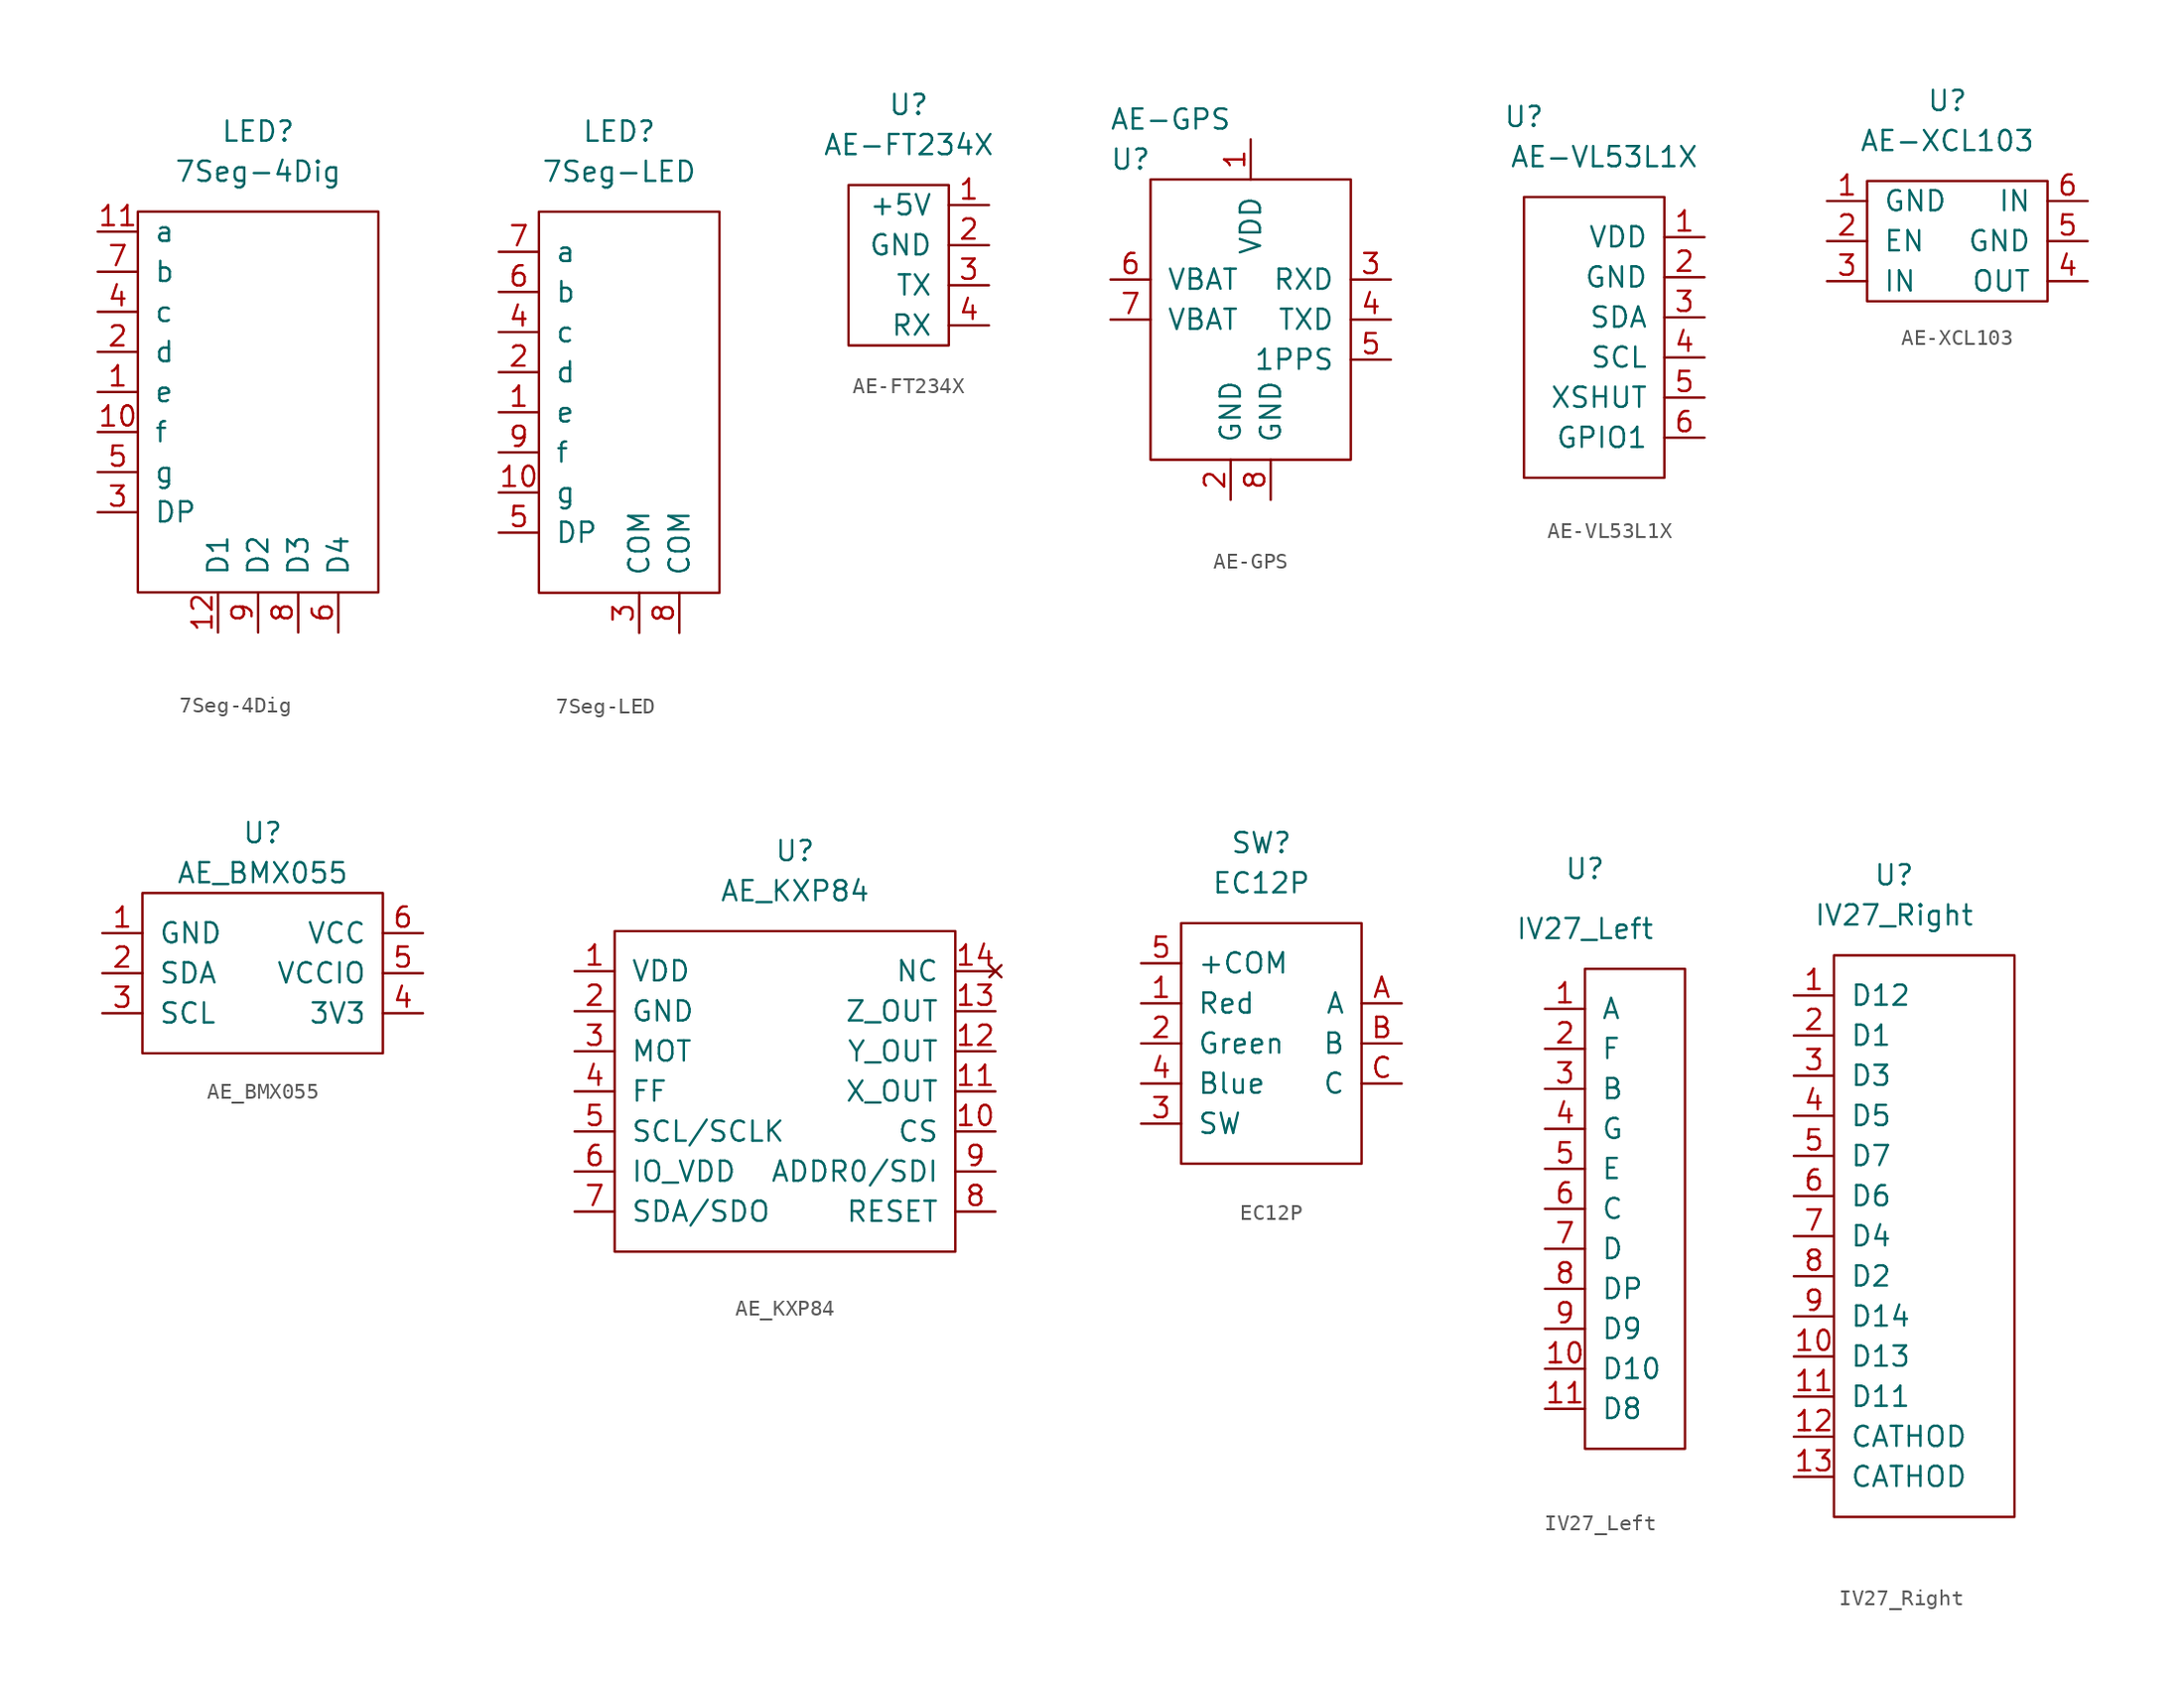
<source format=kicad_sym>
(kicad_symbol_lib
  (version 20211014)
  (generator kicad_symbol_editor)
  (symbol "7Seg-4Dig"
    (pin_names
      (offset 1.016))
    (property "Reference" "LED"
      (at 3.81 3.81 0)
      (effects (font (size 1.27 1.27))))
    (property "Value" "7Seg-4Dig"
      (at 3.81 1.27 0)
      (effects (font (size 1.27 1.27))))
    (symbol "7Seg-4Dig_0_1"
      (rectangle (start -3.81 -1.27) (end 11.43 -25.4) (stroke (width 0) (type default) (color 0 0 0 0)) (fill (type none))))
    (symbol "7Seg-4Dig_1_1"
      (pin passive line (at -6.35 -12.7 0) (length 2.54) (name "e" (effects (font (size 1.27 1.27)))) (number "1" (effects (font (size 1.27 1.27)))))
      (pin passive line (at -6.35 -15.24 0) (length 2.54) (name "f" (effects (font (size 1.27 1.27)))) (number "10" (effects (font (size 1.27 1.27)))))
      (pin passive line (at -6.35 -2.54 0) (length 2.54) (name "a" (effects (font (size 1.27 1.27)))) (number "11" (effects (font (size 1.27 1.27)))))
      (pin passive line (at 1.27 -27.94 90) (length 2.54) (name "D1" (effects (font (size 1.27 1.27)))) (number "12" (effects (font (size 1.27 1.27)))))
      (pin passive line (at -6.35 -10.16 0) (length 2.54) (name "d" (effects (font (size 1.27 1.27)))) (number "2" (effects (font (size 1.27 1.27)))))
      (pin passive line (at -6.35 -20.32 0) (length 2.54) (name "DP" (effects (font (size 1.27 1.27)))) (number "3" (effects (font (size 1.27 1.27)))))
      (pin passive line (at -6.35 -7.62 0) (length 2.54) (name "c" (effects (font (size 1.27 1.27)))) (number "4" (effects (font (size 1.27 1.27)))))
      (pin passive line (at -6.35 -17.78 0) (length 2.54) (name "g" (effects (font (size 1.27 1.27)))) (number "5" (effects (font (size 1.27 1.27)))))
      (pin passive line (at 8.89 -27.94 90) (length 2.54) (name "D4" (effects (font (size 1.27 1.27)))) (number "6" (effects (font (size 1.27 1.27)))))
      (pin passive line (at -6.35 -5.08 0) (length 2.54) (name "b" (effects (font (size 1.27 1.27)))) (number "7" (effects (font (size 1.27 1.27)))))
      (pin passive line (at 6.35 -27.94 90) (length 2.54) (name "D3" (effects (font (size 1.27 1.27)))) (number "8" (effects (font (size 1.27 1.27)))))
      (pin passive line (at 3.81 -27.94 90) (length 2.54) (name "D2" (effects (font (size 1.27 1.27)))) (number "9" (effects (font (size 1.27 1.27)))))))
  (symbol "7Seg-LED"
    (pin_names
      (offset 1.016))
    (property "Reference" "LED"
      (at 1.27 0 0)
      (effects (font (size 1.27 1.27))))
    (property "Value" "7Seg-LED"
      (at 1.27 -2.54 0)
      (effects (font (size 1.27 1.27))))
    (symbol "7Seg-LED_0_1"
      (rectangle (start -3.81 -5.08) (end 7.62 -29.21) (stroke (width 0) (type default) (color 0 0 0 0)) (fill (type none))))
    (symbol "7Seg-LED_1_1"
      (pin passive line (at -6.35 -17.78 0) (length 2.54) (name "e" (effects (font (size 1.27 1.27)))) (number "1" (effects (font (size 1.27 1.27)))))
      (pin passive line (at -6.35 -22.86 0) (length 2.54) (name "g" (effects (font (size 1.27 1.27)))) (number "10" (effects (font (size 1.27 1.27)))))
      (pin passive line (at -6.35 -15.24 0) (length 2.54) (name "d" (effects (font (size 1.27 1.27)))) (number "2" (effects (font (size 1.27 1.27)))))
      (pin passive line (at 2.54 -31.75 90) (length 2.54) (name "COM" (effects (font (size 1.27 1.27)))) (number "3" (effects (font (size 1.27 1.27)))))
      (pin passive line (at -6.35 -12.7 0) (length 2.54) (name "c" (effects (font (size 1.27 1.27)))) (number "4" (effects (font (size 1.27 1.27)))))
      (pin passive line (at -6.35 -25.4 0) (length 2.54) (name "DP" (effects (font (size 1.27 1.27)))) (number "5" (effects (font (size 1.27 1.27)))))
      (pin passive line (at -6.35 -10.16 0) (length 2.54) (name "b" (effects (font (size 1.27 1.27)))) (number "6" (effects (font (size 1.27 1.27)))))
      (pin passive line (at -6.35 -7.62 0) (length 2.54) (name "a" (effects (font (size 1.27 1.27)))) (number "7" (effects (font (size 1.27 1.27)))))
      (pin passive line (at 5.08 -31.75 90) (length 2.54) (name "COM" (effects (font (size 1.27 1.27)))) (number "8" (effects (font (size 1.27 1.27)))))
      (pin passive line (at -6.35 -20.32 0) (length 2.54) (name "f" (effects (font (size 1.27 1.27)))) (number "9" (effects (font (size 1.27 1.27)))))))
  (symbol "AE-FT234X"
    (pin_names
      (offset 1.016))
    (property "Reference" "U"
      (at 1.27 5.08 0)
      (effects (font (size 1.27 1.27))))
    (property "Value" "AE-FT234X"
      (at 1.27 2.54 0)
      (effects (font (size 1.27 1.27))))
    (symbol "AE-FT234X_0_1"
      (rectangle (start -2.54 0) (end 3.81 -10.16) (stroke (width 0) (type default) (color 0 0 0 0)) (fill (type none))))
    (symbol "AE-FT234X_1_1"
      (pin power_out line (at 6.35 -1.27 180) (length 2.54) (name "+5V" (effects (font (size 1.27 1.27)))) (number "1" (effects (font (size 1.27 1.27)))))
      (pin power_out line (at 6.35 -3.81 180) (length 2.54) (name "GND" (effects (font (size 1.27 1.27)))) (number "2" (effects (font (size 1.27 1.27)))))
      (pin output line (at 6.35 -6.35 180) (length 2.54) (name "TX" (effects (font (size 1.27 1.27)))) (number "3" (effects (font (size 1.27 1.27)))))
      (pin input line (at 6.35 -8.89 180) (length 2.54) (name "RX" (effects (font (size 1.27 1.27)))) (number "4" (effects (font (size 1.27 1.27)))))))
  (symbol "AE-GPS"
    (pin_names
      (offset 1.016))
    (property "Reference" "U"
      (at -7.62 10.16 0)
      (effects (font (size 1.27 1.27))))
    (property "Value" "AE-GPS"
      (at -5.08 12.7 0)
      (effects (font (size 1.27 1.27))))
    (symbol "AE-GPS_0_1"
      (rectangle (start 6.35 8.89) (end -6.35 -8.89) (stroke (width 0) (type default) (color 0 0 0 0)) (fill (type none))))
    (symbol "AE-GPS_1_1"
      (pin power_in line (at 0 11.43 270) (length 2.54) (name "VDD" (effects (font (size 1.27 1.27)))) (number "1" (effects (font (size 1.27 1.27)))))
      (pin power_in line (at -1.27 -11.43 90) (length 2.54) (name "GND" (effects (font (size 1.27 1.27)))) (number "2" (effects (font (size 1.27 1.27)))))
      (pin input line (at 8.89 2.54 180) (length 2.54) (name "RXD" (effects (font (size 1.27 1.27)))) (number "3" (effects (font (size 1.27 1.27)))))
      (pin output line (at 8.89 0 180) (length 2.54) (name "TXD" (effects (font (size 1.27 1.27)))) (number "4" (effects (font (size 1.27 1.27)))))
      (pin output line (at 8.89 -2.54 180) (length 2.54) (name "1PPS" (effects (font (size 1.27 1.27)))) (number "5" (effects (font (size 1.27 1.27)))))
      (pin power_in line (at -8.89 2.54 0) (length 2.54) (name "VBAT" (effects (font (size 1.27 1.27)))) (number "6" (effects (font (size 1.27 1.27)))))
      (pin power_in line (at -8.89 0 0) (length 2.54) (name "VBAT" (effects (font (size 1.27 1.27)))) (number "7" (effects (font (size 1.27 1.27)))))
      (pin power_in line (at 1.27 -11.43 90) (length 2.54) (name "GND" (effects (font (size 1.27 1.27)))) (number "8" (effects (font (size 1.27 1.27)))))))
  (symbol "AE-VL53L1X"
    (pin_names
      (offset 1.016))
    (property "Reference" "U"
      (at -10.16 11.43 0)
      (effects (font (size 1.27 1.27))))
    (property "Value" "AE-VL53L1X"
      (at -5.08 8.89 0)
      (effects (font (size 1.27 1.27))))
    (symbol "AE-VL53L1X_0_1"
      (rectangle (start -10.16 6.35) (end -1.27 -11.43) (stroke (width 0) (type default) (color 0 0 0 0)) (fill (type none))))
    (symbol "AE-VL53L1X_1_1"
      (pin power_in line (at 1.27 3.81 180) (length 2.54) (name "VDD" (effects (font (size 1.27 1.27)))) (number "1" (effects (font (size 1.27 1.27)))))
      (pin power_in line (at 1.27 1.27 180) (length 2.54) (name "GND" (effects (font (size 1.27 1.27)))) (number "2" (effects (font (size 1.27 1.27)))))
      (pin open_collector line (at 1.27 -1.27 180) (length 2.54) (name "SDA" (effects (font (size 1.27 1.27)))) (number "3" (effects (font (size 1.27 1.27)))))
      (pin open_collector line (at 1.27 -3.81 180) (length 2.54) (name "SCL" (effects (font (size 1.27 1.27)))) (number "4" (effects (font (size 1.27 1.27)))))
      (pin input line (at 1.27 -6.35 180) (length 2.54) (name "XSHUT" (effects (font (size 1.27 1.27)))) (number "5" (effects (font (size 1.27 1.27)))))
      (pin output line (at 1.27 -8.89 180) (length 2.54) (name "GPIO1" (effects (font (size 1.27 1.27)))) (number "6" (effects (font (size 1.27 1.27)))))))
  (symbol "AE-XCL103"
    (pin_names
      (offset 1.016))
    (property "Reference" "U"
      (at 1.27 5.08 0)
      (effects (font (size 1.27 1.27))))
    (property "Value" "AE-XCL103"
      (at 1.27 2.54 0)
      (effects (font (size 1.27 1.27))))
    (symbol "AE-XCL103_0_1"
      (rectangle (start -3.81 0) (end 7.62 -7.62) (stroke (width 0) (type default) (color 0 0 0 0)) (fill (type none))))
    (symbol "AE-XCL103_1_1"
      (pin power_in line (at -6.35 -1.27 0) (length 2.54) (name "GND" (effects (font (size 1.27 1.27)))) (number "1" (effects (font (size 1.27 1.27)))))
      (pin input line (at -6.35 -3.81 0) (length 2.54) (name "EN" (effects (font (size 1.27 1.27)))) (number "2" (effects (font (size 1.27 1.27)))))
      (pin power_in line (at -6.35 -6.35 0) (length 2.54) (name "IN" (effects (font (size 1.27 1.27)))) (number "3" (effects (font (size 1.27 1.27)))))
      (pin power_in line (at 10.16 -6.35 180) (length 2.54) (name "OUT" (effects (font (size 1.27 1.27)))) (number "4" (effects (font (size 1.27 1.27)))))
      (pin power_in line (at 10.16 -3.81 180) (length 2.54) (name "GND" (effects (font (size 1.27 1.27)))) (number "5" (effects (font (size 1.27 1.27)))))
      (pin power_in line (at 10.16 -1.27 180) (length 2.54) (name "IN" (effects (font (size 1.27 1.27)))) (number "6" (effects (font (size 1.27 1.27)))))))
  (symbol "AE_BMX055"
    (pin_names
      (offset 1.016))
    (property "Reference" "U"
      (at -1.27 8.89 0)
      (effects (font (size 1.27 1.27))))
    (property "Value" "AE_BMX055"
      (at -1.27 6.35 0)
      (effects (font (size 1.27 1.27))))
    (symbol "AE_BMX055_0_1"
      (rectangle (start -8.89 5.08) (end 6.35 -5.08) (stroke (width 0) (type default) (color 0 0 0 0)) (fill (type none))))
    (symbol "AE_BMX055_1_1"
      (pin power_in line (at -11.43 2.54 0) (length 2.54) (name "GND" (effects (font (size 1.27 1.27)))) (number "1" (effects (font (size 1.27 1.27)))))
      (pin open_collector line (at -11.43 0 0) (length 2.54) (name "SDA" (effects (font (size 1.27 1.27)))) (number "2" (effects (font (size 1.27 1.27)))))
      (pin open_collector line (at -11.43 -2.54 0) (length 2.54) (name "SCL" (effects (font (size 1.27 1.27)))) (number "3" (effects (font (size 1.27 1.27)))))
      (pin power_out line (at 8.89 -2.54 180) (length 2.54) (name "3V3" (effects (font (size 1.27 1.27)))) (number "4" (effects (font (size 1.27 1.27)))))
      (pin passive line (at 8.89 0 180) (length 2.54) (name "VCCIO" (effects (font (size 1.27 1.27)))) (number "5" (effects (font (size 1.27 1.27)))))
      (pin power_in line (at 8.89 2.54 180) (length 2.54) (name "VCC" (effects (font (size 1.27 1.27)))) (number "6" (effects (font (size 1.27 1.27)))))))
  (symbol "AE_KXP84"
    (pin_names
      (offset 1.016))
    (property "Reference" "U"
      (at 0 7.62 0)
      (effects (font (size 1.27 1.27))))
    (property "Value" "AE_KXP84"
      (at 0 5.08 0)
      (effects (font (size 1.27 1.27))))
    (symbol "AE_KXP84_0_1"
      (rectangle (start -11.43 2.54) (end 10.16 -17.78) (stroke (width 0) (type default) (color 0 0 0 0)) (fill (type none))))
    (symbol "AE_KXP84_1_1"
      (pin power_in line (at -13.97 0 0) (length 2.54) (name "VDD" (effects (font (size 1.27 1.27)))) (number "1" (effects (font (size 1.27 1.27)))))
      (pin input line (at 12.7 -10.16 180) (length 2.54) (name "CS" (effects (font (size 1.27 1.27)))) (number "10" (effects (font (size 1.27 1.27)))))
      (pin output line (at 12.7 -7.62 180) (length 2.54) (name "X_OUT" (effects (font (size 1.27 1.27)))) (number "11" (effects (font (size 1.27 1.27)))))
      (pin output line (at 12.7 -5.08 180) (length 2.54) (name "Y_OUT" (effects (font (size 1.27 1.27)))) (number "12" (effects (font (size 1.27 1.27)))))
      (pin output line (at 12.7 -2.54 180) (length 2.54) (name "Z_OUT" (effects (font (size 1.27 1.27)))) (number "13" (effects (font (size 1.27 1.27)))))
      (pin no_connect line (at 12.7 0 180) (length 2.54) (name "NC" (effects (font (size 1.27 1.27)))) (number "14" (effects (font (size 1.27 1.27)))))
      (pin power_in line (at -13.97 -2.54 0) (length 2.54) (name "GND" (effects (font (size 1.27 1.27)))) (number "2" (effects (font (size 1.27 1.27)))))
      (pin passive line (at -13.97 -5.08 0) (length 2.54) (name "MOT" (effects (font (size 1.27 1.27)))) (number "3" (effects (font (size 1.27 1.27)))))
      (pin passive line (at -13.97 -7.62 0) (length 2.54) (name "FF" (effects (font (size 1.27 1.27)))) (number "4" (effects (font (size 1.27 1.27)))))
      (pin passive line (at -13.97 -10.16 0) (length 2.54) (name "SCL/SCLK" (effects (font (size 1.27 1.27)))) (number "5" (effects (font (size 1.27 1.27)))))
      (pin power_in line (at -13.97 -12.7 0) (length 2.54) (name "IO_VDD" (effects (font (size 1.27 1.27)))) (number "6" (effects (font (size 1.27 1.27)))))
      (pin passive line (at -13.97 -15.24 0) (length 2.54) (name "SDA/SDO" (effects (font (size 1.27 1.27)))) (number "7" (effects (font (size 1.27 1.27)))))
      (pin input line (at 12.7 -15.24 180) (length 2.54) (name "RESET" (effects (font (size 1.27 1.27)))) (number "8" (effects (font (size 1.27 1.27)))))
      (pin power_in line (at 12.7 -12.7 180) (length 2.54) (name "ADDR0/SDI" (effects (font (size 1.27 1.27)))) (number "9" (effects (font (size 1.27 1.27)))))))
  (symbol "EC12P"
    (pin_names
      (offset 1.016))
    (property "Reference" "SW"
      (at -1.27 7.62 0)
      (effects (font (size 1.27 1.27))))
    (property "Value" "EC12P"
      (at -1.27 5.08 0)
      (effects (font (size 1.27 1.27))))
    (symbol "EC12P_0_1"
      (rectangle (start -6.35 2.54) (end 5.08 -12.7) (stroke (width 0) (type default) (color 0 0 0 0)) (fill (type none))))
    (symbol "EC12P_1_1"
      (pin passive line (at -8.89 -2.54 0) (length 2.54) (name "Red" (effects (font (size 1.27 1.27)))) (number "1" (effects (font (size 1.27 1.27)))))
      (pin passive line (at -8.89 -5.08 0) (length 2.54) (name "Green" (effects (font (size 1.27 1.27)))) (number "2" (effects (font (size 1.27 1.27)))))
      (pin passive line (at -8.89 -10.16 0) (length 2.54) (name "SW" (effects (font (size 1.27 1.27)))) (number "3" (effects (font (size 1.27 1.27)))))
      (pin passive line (at -8.89 -7.62 0) (length 2.54) (name "Blue" (effects (font (size 1.27 1.27)))) (number "4" (effects (font (size 1.27 1.27)))))
      (pin passive line (at -8.89 0 0) (length 2.54) (name "+COM" (effects (font (size 1.27 1.27)))) (number "5" (effects (font (size 1.27 1.27)))))
      (pin passive line (at 7.62 -2.54 180) (length 2.54) (name "A" (effects (font (size 1.27 1.27)))) (number "A" (effects (font (size 1.27 1.27)))))
      (pin passive line (at 7.62 -5.08 180) (length 2.54) (name "B" (effects (font (size 1.27 1.27)))) (number "B" (effects (font (size 1.27 1.27)))))
      (pin passive line (at 7.62 -7.62 180) (length 2.54) (name "C" (effects (font (size 1.27 1.27)))) (number "C" (effects (font (size 1.27 1.27)))))))
  (symbol "IV27_Left"
    (pin_names
      (offset 1.016))
    (property "Reference" "U"
      (at 0 6.35 0)
      (effects (font (size 1.27 1.27))))
    (property "Value" "IV27_Left"
      (at 0 2.54 0)
      (effects (font (size 1.27 1.27))))
    (symbol "IV27_Left_0_1"
      (rectangle (start 0 0) (end 6.35 -30.48) (stroke (width 0) (type default) (color 0 0 0 0)) (fill (type none))))
    (symbol "IV27_Left_1_1"
      (pin input line (at -2.54 -2.54 0) (length 2.54) (name "A" (effects (font (size 1.27 1.27)))) (number "1" (effects (font (size 1.27 1.27)))))
      (pin input line (at -2.54 -25.4 0) (length 2.54) (name "D10" (effects (font (size 1.27 1.27)))) (number "10" (effects (font (size 1.27 1.27)))))
      (pin input line (at -2.54 -27.94 0) (length 2.54) (name "D8" (effects (font (size 1.27 1.27)))) (number "11" (effects (font (size 1.27 1.27)))))
      (pin input line (at -2.54 -5.08 0) (length 2.54) (name "F" (effects (font (size 1.27 1.27)))) (number "2" (effects (font (size 1.27 1.27)))))
      (pin input line (at -2.54 -7.62 0) (length 2.54) (name "B" (effects (font (size 1.27 1.27)))) (number "3" (effects (font (size 1.27 1.27)))))
      (pin input line (at -2.54 -10.16 0) (length 2.54) (name "G" (effects (font (size 1.27 1.27)))) (number "4" (effects (font (size 1.27 1.27)))))
      (pin input line (at -2.54 -12.7 0) (length 2.54) (name "E" (effects (font (size 1.27 1.27)))) (number "5" (effects (font (size 1.27 1.27)))))
      (pin input line (at -2.54 -15.24 0) (length 2.54) (name "C" (effects (font (size 1.27 1.27)))) (number "6" (effects (font (size 1.27 1.27)))))
      (pin input line (at -2.54 -17.78 0) (length 2.54) (name "D" (effects (font (size 1.27 1.27)))) (number "7" (effects (font (size 1.27 1.27)))))
      (pin input line (at -2.54 -20.32 0) (length 2.54) (name "DP" (effects (font (size 1.27 1.27)))) (number "8" (effects (font (size 1.27 1.27)))))
      (pin input line (at -2.54 -22.86 0) (length 2.54) (name "D9" (effects (font (size 1.27 1.27)))) (number "9" (effects (font (size 1.27 1.27)))))))
  (symbol "IV27_Right"
    (pin_names
      (offset 1.016))
    (property "Reference" "U"
      (at 3.81 5.08 0)
      (effects (font (size 1.27 1.27))))
    (property "Value" "IV27_Right"
      (at 3.81 2.54 0)
      (effects (font (size 1.27 1.27))))
    (symbol "IV27_Right_0_1"
      (rectangle (start 0 0) (end 11.43 -35.56) (stroke (width 0) (type default) (color 0 0 0 0)) (fill (type none))))
    (symbol "IV27_Right_1_1"
      (pin input line (at -2.54 -2.54 0) (length 2.54) (name "D12" (effects (font (size 1.27 1.27)))) (number "1" (effects (font (size 1.27 1.27)))))
      (pin input line (at -2.54 -25.4 0) (length 2.54) (name "D13" (effects (font (size 1.27 1.27)))) (number "10" (effects (font (size 1.27 1.27)))))
      (pin input line (at -2.54 -27.94 0) (length 2.54) (name "D11" (effects (font (size 1.27 1.27)))) (number "11" (effects (font (size 1.27 1.27)))))
      (pin input line (at -2.54 -30.48 0) (length 2.54) (name "CATHOD" (effects (font (size 1.27 1.27)))) (number "12" (effects (font (size 1.27 1.27)))))
      (pin input line (at -2.54 -33.02 0) (length 2.54) (name "CATHOD" (effects (font (size 1.27 1.27)))) (number "13" (effects (font (size 1.27 1.27)))))
      (pin input line (at -2.54 -5.08 0) (length 2.54) (name "D1" (effects (font (size 1.27 1.27)))) (number "2" (effects (font (size 1.27 1.27)))))
      (pin input line (at -2.54 -7.62 0) (length 2.54) (name "D3" (effects (font (size 1.27 1.27)))) (number "3" (effects (font (size 1.27 1.27)))))
      (pin input line (at -2.54 -10.16 0) (length 2.54) (name "D5" (effects (font (size 1.27 1.27)))) (number "4" (effects (font (size 1.27 1.27)))))
      (pin input line (at -2.54 -12.7 0) (length 2.54) (name "D7" (effects (font (size 1.27 1.27)))) (number "5" (effects (font (size 1.27 1.27)))))
      (pin input line (at -2.54 -15.24 0) (length 2.54) (name "D6" (effects (font (size 1.27 1.27)))) (number "6" (effects (font (size 1.27 1.27)))))
      (pin input line (at -2.54 -17.78 0) (length 2.54) (name "D4" (effects (font (size 1.27 1.27)))) (number "7" (effects (font (size 1.27 1.27)))))
      (pin input line (at -2.54 -20.32 0) (length 2.54) (name "D2" (effects (font (size 1.27 1.27)))) (number "8" (effects (font (size 1.27 1.27)))))
      (pin input line (at -2.54 -22.86 0) (length 2.54) (name "D14" (effects (font (size 1.27 1.27)))) (number "9" (effects (font (size 1.27 1.27))))))))
</source>
